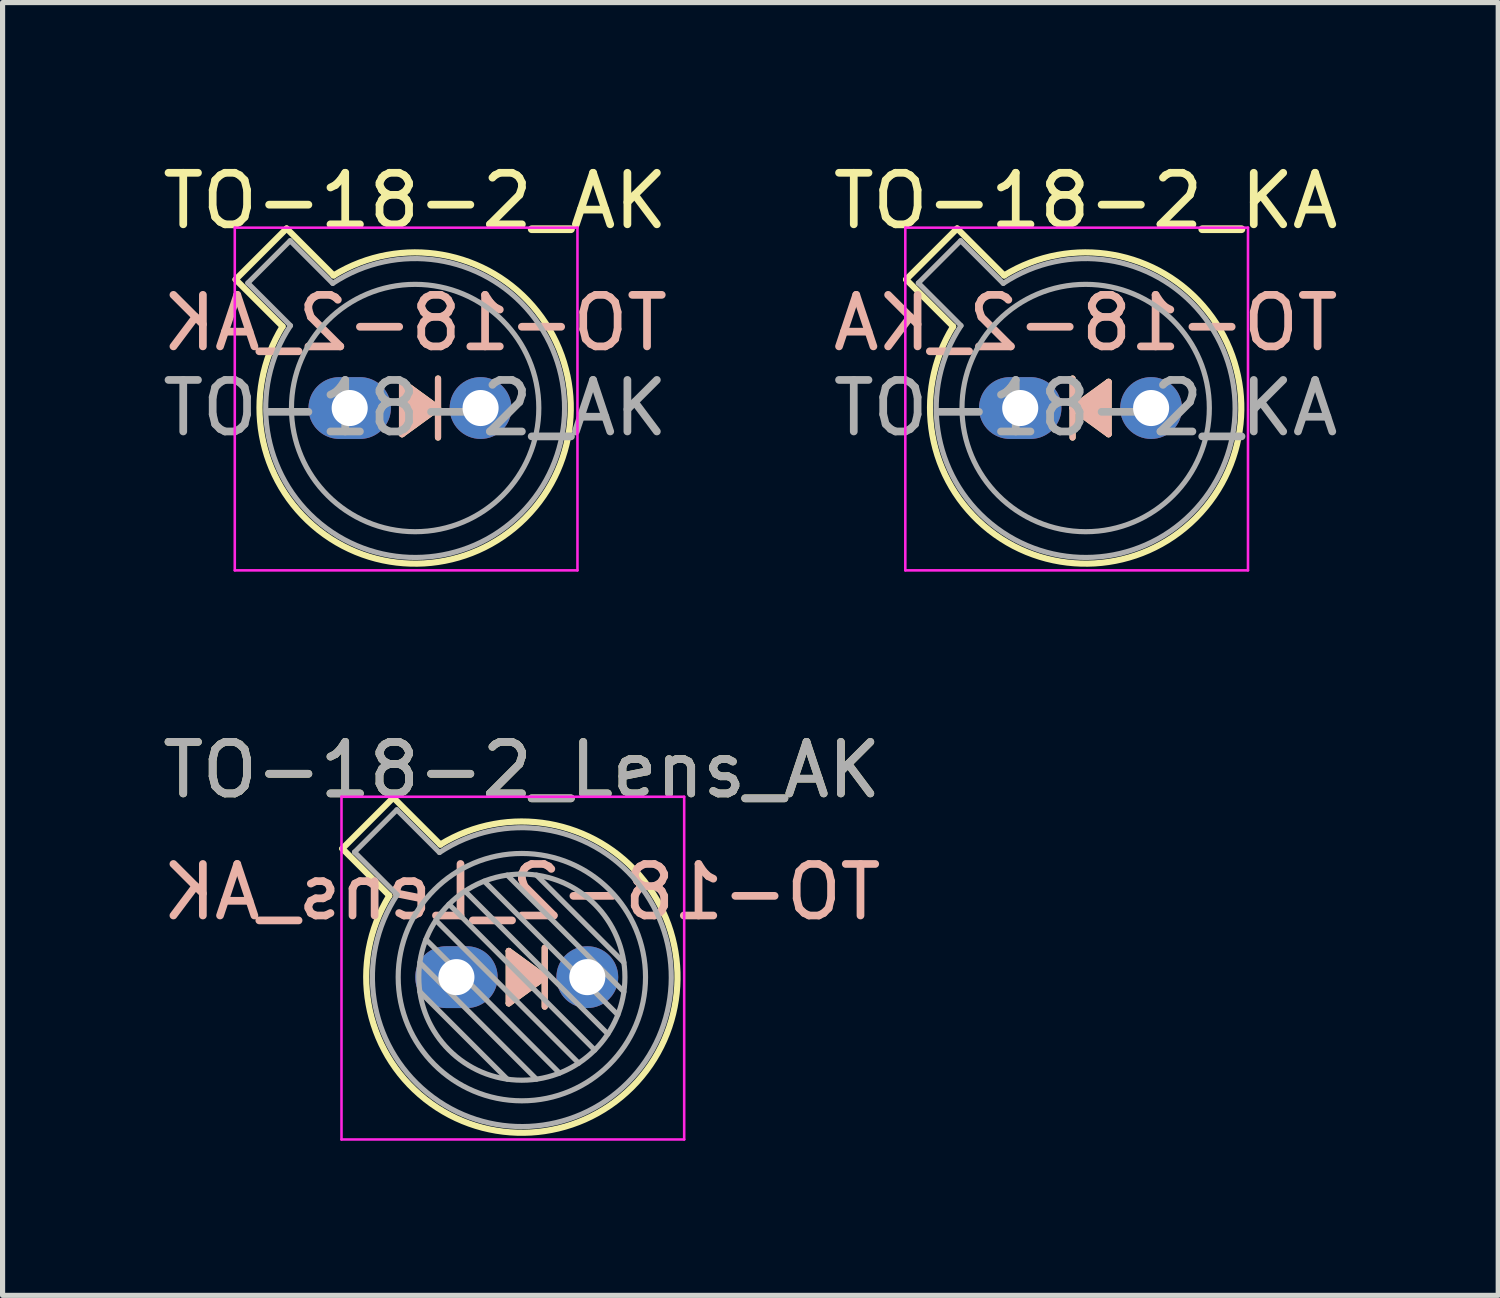
<source format=kicad_pcb>
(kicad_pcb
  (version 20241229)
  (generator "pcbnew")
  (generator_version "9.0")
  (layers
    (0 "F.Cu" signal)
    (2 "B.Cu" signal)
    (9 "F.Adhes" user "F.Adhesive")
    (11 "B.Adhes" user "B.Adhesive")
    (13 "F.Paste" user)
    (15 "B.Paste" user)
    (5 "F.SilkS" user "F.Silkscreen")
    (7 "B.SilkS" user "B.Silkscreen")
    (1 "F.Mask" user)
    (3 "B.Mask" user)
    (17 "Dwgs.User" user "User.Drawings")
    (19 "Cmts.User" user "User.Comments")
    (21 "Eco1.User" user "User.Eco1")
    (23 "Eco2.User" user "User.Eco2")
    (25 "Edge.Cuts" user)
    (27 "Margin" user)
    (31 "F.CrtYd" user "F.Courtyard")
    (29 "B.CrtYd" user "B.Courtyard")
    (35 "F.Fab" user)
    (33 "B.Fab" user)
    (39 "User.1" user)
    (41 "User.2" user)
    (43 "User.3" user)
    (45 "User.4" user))
  (footprint "TO-18-2_AK"
    (layer "F.Cu")
    (at 3.736 4.868)
    (property "Reference" "TO-18-2_AK" (at 1.27 -4.02 0) (layer "F.SilkS") (effects (font (size 1 1) (thickness 0.15))))
    (fp_line (start -2.214 -2.494) (end -1.302 -1.582) (stroke (width 0.12) (type solid)) (layer "F.SilkS"))
    (fp_line (start -1.224 -3.484) (end -2.214 -2.494) (stroke (width 0.12) (type solid)) (layer "F.SilkS"))
    (fp_line (start -0.312 -2.572) (end -1.224 -3.484) (stroke (width 0.12) (type solid)) (layer "F.SilkS"))
    (fp_line (start 1.016 -0.508) (end 1.714 0) (stroke (width 0.12) (type solid)) (layer "F.SilkS"))
    (fp_line (start 1.016 0.508) (end 1.016 -0.508) (stroke (width 0.12) (type solid)) (layer "F.SilkS"))
    (fp_line (start 1.714 -0.572) (end 1.714 0.572) (stroke (width 0.12) (type solid)) (layer "F.SilkS"))
    (fp_line (start 1.714 0) (end 1.016 0.508) (stroke (width 0.12) (type solid)) (layer "F.SilkS"))
    (fp_arc (start -0.312331 -2.572281) (mid 3.405374 2.135551) (end -1.30215 -1.582544) (stroke (width 0.12) (type solid)) (layer "F.SilkS"))
    (fp_poly (pts (xy 1.714 0) (xy 1.016 0.508) (xy 1.016 -0.508)) (stroke (width 0.1) (type solid)) (fill yes) (layer "F.SilkS"))
    (fp_line (start 1.016 -0.508) (end 1.016 0.508) (stroke (width 0.12) (type solid)) (layer "B.SilkS"))
    (fp_line (start 1.016 0.508) (end 1.714 0) (stroke (width 0.12) (type solid)) (layer "B.SilkS"))
    (fp_line (start 1.714 0) (end 1.016 -0.508) (stroke (width 0.12) (type solid)) (layer "B.SilkS"))
    (fp_line (start 1.714 0.572) (end 1.714 -0.572) (stroke (width 0.12) (type solid)) (layer "B.SilkS"))
    (fp_poly (pts (xy 1.714 0) (xy 1.016 -0.508) (xy 1.016 0.508)) (stroke (width 0.1) (type solid)) (fill yes) (layer "B.SilkS"))
    (fp_line (start -2.23 -3.5) (end -2.23 3.15) (stroke (width 0.05) (type solid)) (layer "F.CrtYd"))
    (fp_line (start -2.23 3.15) (end 4.42 3.15) (stroke (width 0.05) (type solid)) (layer "F.CrtYd"))
    (fp_line (start 4.42 -3.5) (end -2.23 -3.5) (stroke (width 0.05) (type solid)) (layer "F.CrtYd"))
    (fp_line (start 4.42 3.15) (end 4.42 -3.5) (stroke (width 0.05) (type solid)) (layer "F.CrtYd"))
    (fp_line (start -1.977 -2.426) (end -1.149 -1.599) (stroke (width 0.1) (type solid)) (layer "F.Fab"))
    (fp_line (start -1.156 -3.247) (end -1.977 -2.426) (stroke (width 0.1) (type solid)) (layer "F.Fab"))
    (fp_line (start -0.329 -2.419) (end -1.156 -3.247) (stroke (width 0.1) (type solid)) (layer "F.Fab"))
    (fp_arc (start -0.329057 -2.419301) (mid 3.321075 2.050145) (end -1.150029 -1.597956) (stroke (width 0.1) (type solid)) (layer "F.Fab"))
    (fp_circle (center 1.27 0) (end 3.67 0) (stroke (width 0.1) (type solid)) (fill no) (layer "F.Fab"))
    (fp_text user "${REFERENCE}" (at 1.27 -1.651 0) (layer "B.SilkS") (effects (font (size 1 1) (thickness 0.15)) (justify mirror)))
    (fp_text user "${REFERENCE}" (at 1.27 0.000001 0) (layer "F.Fab") (effects (font (size 1 1) (thickness 0.15))))
    (pad "1" thru_hole oval (at 0 0) (size 1.6 1.2) (drill 0.7) (layers "*.Cu" "*.Mask"))
    (pad "2" thru_hole oval (at 2.54 0) (size 1.2 1.2) (drill 0.7) (layers "*.Cu" "*.Mask")))
  (footprint "TO-18-2_KA"
    (layer "F.Cu")
    (at 16.748 4.868)
    (property "Reference" "TO-18-2_KA" (at 1.27 -4.02 0) (layer "F.SilkS") (effects (font (size 1 1) (thickness 0.15))))
    (fp_line (start -2.214 -2.494) (end -1.302 -1.582) (stroke (width 0.12) (type solid)) (layer "F.SilkS"))
    (fp_line (start -1.224 -3.484) (end -2.214 -2.494) (stroke (width 0.12) (type solid)) (layer "F.SilkS"))
    (fp_line (start -0.312 -2.572) (end -1.224 -3.484) (stroke (width 0.12) (type solid)) (layer "F.SilkS"))
    (fp_line (start 1.016 0) (end 1.714 -0.508) (stroke (width 0.12) (type solid)) (layer "F.SilkS"))
    (fp_line (start 1.016 0.572) (end 1.016 -0.572) (stroke (width 0.12) (type solid)) (layer "F.SilkS"))
    (fp_line (start 1.714 -0.508) (end 1.714 0.508) (stroke (width 0.12) (type solid)) (layer "F.SilkS"))
    (fp_line (start 1.714 0.508) (end 1.016 0) (stroke (width 0.12) (type solid)) (layer "F.SilkS"))
    (fp_arc (start -0.312331 -2.572281) (mid 3.405374 2.135551) (end -1.30215 -1.582544) (stroke (width 0.12) (type solid)) (layer "F.SilkS"))
    (fp_poly (pts (xy 1.016 0) (xy 1.714 -0.508) (xy 1.714 0.508)) (stroke (width 0.1) (type solid)) (fill yes) (layer "F.SilkS"))
    (fp_line (start 1.016 -0.572) (end 1.016 0.572) (stroke (width 0.12) (type solid)) (layer "B.SilkS"))
    (fp_line (start 1.016 0) (end 1.714 0.508) (stroke (width 0.12) (type solid)) (layer "B.SilkS"))
    (fp_line (start 1.714 -0.508) (end 1.016 0) (stroke (width 0.12) (type solid)) (layer "B.SilkS"))
    (fp_line (start 1.714 0.508) (end 1.714 -0.508) (stroke (width 0.12) (type solid)) (layer "B.SilkS"))
    (fp_poly (pts (xy 1.016 0) (xy 1.714 0.508) (xy 1.714 -0.508)) (stroke (width 0.1) (type solid)) (fill yes) (layer "B.SilkS"))
    (fp_line (start -2.23 -3.5) (end -2.23 3.15) (stroke (width 0.05) (type solid)) (layer "F.CrtYd"))
    (fp_line (start -2.23 3.15) (end 4.42 3.15) (stroke (width 0.05) (type solid)) (layer "F.CrtYd"))
    (fp_line (start 4.42 -3.5) (end -2.23 -3.5) (stroke (width 0.05) (type solid)) (layer "F.CrtYd"))
    (fp_line (start 4.42 3.15) (end 4.42 -3.5) (stroke (width 0.05) (type solid)) (layer "F.CrtYd"))
    (fp_line (start -1.977 -2.426) (end -1.149 -1.599) (stroke (width 0.1) (type solid)) (layer "F.Fab"))
    (fp_line (start -1.156 -3.247) (end -1.977 -2.426) (stroke (width 0.1) (type solid)) (layer "F.Fab"))
    (fp_line (start -0.329 -2.419) (end -1.156 -3.247) (stroke (width 0.1) (type solid)) (layer "F.Fab"))
    (fp_arc (start -0.329057 -2.419301) (mid 3.321075 2.050145) (end -1.150029 -1.597956) (stroke (width 0.1) (type solid)) (layer "F.Fab"))
    (fp_circle (center 1.27 0) (end 3.67 0) (stroke (width 0.1) (type solid)) (fill no) (layer "F.Fab"))
    (fp_text user "${REFERENCE}" (at 1.27 -1.651 0) (layer "B.SilkS") (effects (font (size 1 1) (thickness 0.15)) (justify mirror)))
    (fp_text user "${REFERENCE}" (at 1.27 0.000001 0) (layer "F.Fab") (effects (font (size 1 1) (thickness 0.15))))
    (pad "1" thru_hole oval (at 0 0) (size 1.6 1.2) (drill 0.7) (layers "*.Cu" "*.Mask"))
    (pad "2" thru_hole oval (at 2.54 0) (size 1.2 1.2) (drill 0.7) (layers "*.Cu" "*.Mask")))
  (footprint "TO-18-2_Lens_AK"
    (layer "F.Cu")
    (at 5.807 15.912)
    (property "Reference" "TO-18-2_Lens_AK" (at 1.27 -4.02 0) (layer "F.SilkS") (effects (font (size 1 1) (thickness 0.15))))
    (fp_line (start -2.214 -2.494) (end -1.302 -1.582) (stroke (width 0.12) (type solid)) (layer "F.SilkS"))
    (fp_line (start -1.224 -3.484) (end -2.214 -2.494) (stroke (width 0.12) (type solid)) (layer "F.SilkS"))
    (fp_line (start -0.312 -2.572) (end -1.224 -3.484) (stroke (width 0.12) (type solid)) (layer "F.SilkS"))
    (fp_line (start 1.016 -0.508) (end 1.714 0) (stroke (width 0.12) (type solid)) (layer "F.SilkS"))
    (fp_line (start 1.016 0.508) (end 1.016 -0.508) (stroke (width 0.12) (type solid)) (layer "F.SilkS"))
    (fp_line (start 1.714 -0.572) (end 1.714 0.572) (stroke (width 0.12) (type solid)) (layer "F.SilkS"))
    (fp_line (start 1.714 0) (end 1.016 0.508) (stroke (width 0.12) (type solid)) (layer "F.SilkS"))
    (fp_arc (start -0.312331 -2.572281) (mid 3.405374 2.135551) (end -1.30215 -1.582544) (stroke (width 0.12) (type solid)) (layer "F.SilkS"))
    (fp_poly (pts (xy 1.714 0) (xy 1.016 0.508) (xy 1.016 -0.508)) (stroke (width 0.1) (type solid)) (fill yes) (layer "F.SilkS"))
    (fp_line (start 1.016 -0.508) (end 1.016 0.508) (stroke (width 0.12) (type solid)) (layer "B.SilkS"))
    (fp_line (start 1.016 0.508) (end 1.714 0) (stroke (width 0.12) (type solid)) (layer "B.SilkS"))
    (fp_line (start 1.714 0) (end 1.016 -0.508) (stroke (width 0.12) (type solid)) (layer "B.SilkS"))
    (fp_line (start 1.714 0.572) (end 1.714 -0.572) (stroke (width 0.12) (type solid)) (layer "B.SilkS"))
    (fp_poly (pts (xy 1.714 0) (xy 1.016 -0.508) (xy 1.016 0.508)) (stroke (width 0.1) (type solid)) (fill yes) (layer "B.SilkS"))
    (fp_line (start -2.23 -3.5) (end -2.23 3.15) (stroke (width 0.05) (type solid)) (layer "F.CrtYd"))
    (fp_line (start -2.23 3.15) (end 4.42 3.15) (stroke (width 0.05) (type solid)) (layer "F.CrtYd"))
    (fp_line (start 4.42 -3.5) (end -2.23 -3.5) (stroke (width 0.05) (type solid)) (layer "F.CrtYd"))
    (fp_line (start 4.42 3.15) (end 4.42 -3.5) (stroke (width 0.05) (type solid)) (layer "F.CrtYd"))
    (fp_line (start -1.977 -2.426) (end -1.149 -1.599) (stroke (width 0.1) (type solid)) (layer "F.Fab"))
    (fp_line (start -1.156 -3.247) (end -1.977 -2.426) (stroke (width 0.1) (type solid)) (layer "F.Fab"))
    (fp_line (start -0.71 -0.283) (end 1.553 1.98) (stroke (width 0.1) (type solid)) (layer "F.Fab"))
    (fp_line (start -0.71 0.283) (end 0.987 1.98) (stroke (width 0.1) (type solid)) (layer "F.Fab"))
    (fp_line (start -0.592 -0.731) (end 2.001 1.862) (stroke (width 0.1) (type solid)) (layer "F.Fab"))
    (fp_line (start -0.399 -1.103) (end 2.373 1.669) (stroke (width 0.1) (type solid)) (layer "F.Fab"))
    (fp_line (start -0.329 -2.419) (end -1.156 -3.247) (stroke (width 0.1) (type solid)) (layer "F.Fab"))
    (fp_line (start -0.145 -1.415) (end 2.685 1.415) (stroke (width 0.1) (type solid)) (layer "F.Fab"))
    (fp_line (start 0.167 -1.669) (end 2.939 1.103) (stroke (width 0.1) (type solid)) (layer "F.Fab"))
    (fp_line (start 0.539 -1.862) (end 3.132 0.731) (stroke (width 0.1) (type solid)) (layer "F.Fab"))
    (fp_line (start 0.987 -1.98) (end 3.25 0.283) (stroke (width 0.1) (type solid)) (layer "F.Fab"))
    (fp_line (start 1.553 -1.98) (end 3.25 -0.283) (stroke (width 0.1) (type solid)) (layer "F.Fab"))
    (fp_arc (start -0.329057 -2.419301) (mid 3.321075 2.050145) (end -1.150029 -1.597956) (stroke (width 0.1) (type solid)) (layer "F.Fab"))
    (fp_circle (center 1.27 0) (end 3.27 0) (stroke (width 0.1) (type solid)) (fill no) (layer "F.Fab"))
    (fp_circle (center 1.27 0) (end 3.67 0) (stroke (width 0.1) (type solid)) (fill no) (layer "F.Fab"))
    (fp_text user "${REFERENCE}" (at 1.27 -1.651 0) (layer "B.SilkS") (effects (font (size 1 1) (thickness 0.15)) (justify mirror)))
    (fp_text user "${REFERENCE}" (at 1.27 -4.02 0) (layer "F.Fab") (effects (font (size 1 1) (thickness 0.15))))
    (pad "1" thru_hole oval (at 0 0) (size 1.6 1.2) (drill 0.7) (layers "*.Cu" "*.Mask"))
    (pad "2" thru_hole oval (at 2.54 0) (size 1.2 1.2) (drill 0.7) (layers "*.Cu" "*.Mask")))
  (gr_rect
    (start -3 -3)
    (end 26.024 22.087)
    (stroke (width 0.1) (type default))
    (fill no)
    (layer "Edge.Cuts")))
</source>
